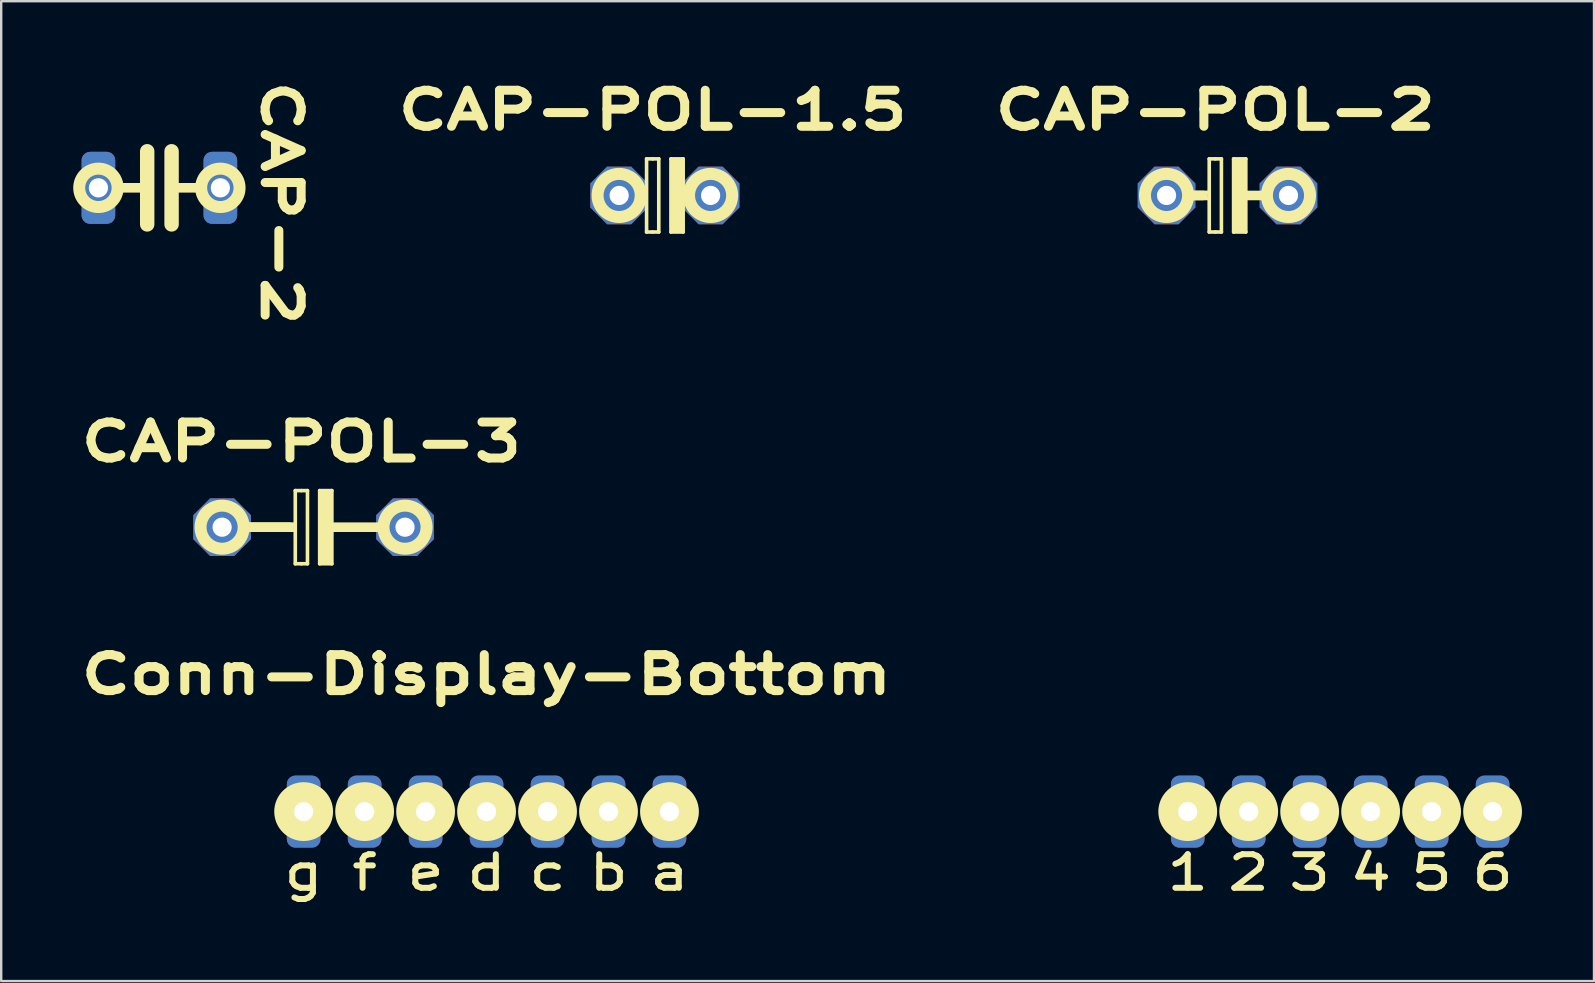
<source format=kicad_pcb>
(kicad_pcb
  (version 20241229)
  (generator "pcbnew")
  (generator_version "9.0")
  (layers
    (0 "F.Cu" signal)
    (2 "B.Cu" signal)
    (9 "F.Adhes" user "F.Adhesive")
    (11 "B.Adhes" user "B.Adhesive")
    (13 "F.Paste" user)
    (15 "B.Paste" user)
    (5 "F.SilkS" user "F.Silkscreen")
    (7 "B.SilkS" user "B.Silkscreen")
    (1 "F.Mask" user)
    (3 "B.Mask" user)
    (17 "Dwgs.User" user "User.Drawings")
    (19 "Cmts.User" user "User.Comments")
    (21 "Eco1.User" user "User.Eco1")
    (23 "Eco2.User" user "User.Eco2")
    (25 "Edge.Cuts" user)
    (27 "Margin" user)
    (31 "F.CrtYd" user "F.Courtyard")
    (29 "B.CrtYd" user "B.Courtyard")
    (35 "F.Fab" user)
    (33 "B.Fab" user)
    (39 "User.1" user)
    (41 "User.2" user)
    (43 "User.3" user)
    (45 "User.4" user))
  (footprint "Conn-Display-Bottom"
    (layer "F.Cu")
    (at 17.22 34.571)
    (property "Reference" "Conn-Display-Bottom" (at 0 -9.525 0) (layer "F.SilkS") (effects (font (size 1.5 2) (thickness 0.375))))
    (attr through_hole)
    (fp_circle (center -7.62 -3.81) (end -6.82 -3.81) (stroke (width 0.85) (type solid)) (fill no) (layer "F.SilkS"))
    (fp_circle (center -5.08 -3.81) (end -4.28 -3.81) (stroke (width 0.85) (type solid)) (fill no) (layer "F.SilkS"))
    (fp_circle (center -2.54 -3.81) (end -1.74 -3.81) (stroke (width 0.85) (type solid)) (fill no) (layer "F.SilkS"))
    (fp_circle (center 0 -3.81) (end 0.8 -3.81) (stroke (width 0.85) (type solid)) (fill no) (layer "F.SilkS"))
    (fp_circle (center 2.54 -3.81) (end 3.34 -3.81) (stroke (width 0.85) (type solid)) (fill no) (layer "F.SilkS"))
    (fp_circle (center 5.08 -3.81) (end 5.88 -3.81) (stroke (width 0.85) (type solid)) (fill no) (layer "F.SilkS"))
    (fp_circle (center 7.62 -3.81) (end 8.42 -3.81) (stroke (width 0.85) (type solid)) (fill no) (layer "F.SilkS"))
    (fp_circle (center 29.21 -3.81) (end 30.01 -3.81) (stroke (width 0.85) (type solid)) (fill no) (layer "F.SilkS"))
    (fp_circle (center 31.75 -3.81) (end 32.55 -3.81) (stroke (width 0.85) (type solid)) (fill no) (layer "F.SilkS"))
    (fp_circle (center 34.29 -3.81) (end 35.09 -3.81) (stroke (width 0.85) (type solid)) (fill no) (layer "F.SilkS"))
    (fp_circle (center 36.83 -3.81) (end 37.63 -3.81) (stroke (width 0.85) (type solid)) (fill no) (layer "F.SilkS"))
    (fp_circle (center 39.37 -3.81) (end 40.17 -3.81) (stroke (width 0.85) (type solid)) (fill no) (layer "F.SilkS"))
    (fp_circle (center 41.91 -3.81) (end 42.71 -3.81) (stroke (width 0.85) (type solid)) (fill no) (layer "F.SilkS"))
    (fp_text user "d" (at 0 -1.27 0) (layer "F.SilkS") (effects (font (size 1.4 1.8) (thickness 0.25))))
    (fp_text user "6" (at 41.91 -1.27 0) (layer "F.SilkS") (effects (font (size 1.4 1.8) (thickness 0.25))))
    (fp_text user "f" (at -5.08 -1.27 0) (layer "F.SilkS") (effects (font (size 1.4 1.8) (thickness 0.25))))
    (fp_text user "1" (at 29.21 -1.27 0) (layer "F.SilkS") (effects (font (size 1.4 1.8) (thickness 0.25))))
    (fp_text user "3" (at 34.29 -1.27 0) (layer "F.SilkS") (effects (font (size 1.4 1.8) (thickness 0.25))))
    (fp_text user "5" (at 39.37 -1.27 0) (layer "F.SilkS") (effects (font (size 1.4 1.8) (thickness 0.25))))
    (fp_text user "c" (at 2.54 -1.27 0) (layer "F.SilkS") (effects (font (size 1.4 1.8) (thickness 0.25))))
    (fp_text user "e" (at -2.54 -1.27 0) (layer "F.SilkS") (effects (font (size 1.4 1.8) (thickness 0.25))))
    (fp_text user "4" (at 36.83 -1.27 0) (layer "F.SilkS") (effects (font (size 1.4 1.8) (thickness 0.25))))
    (fp_text user "b" (at 5.08 -1.27 0) (layer "F.SilkS") (effects (font (size 1.4 1.8) (thickness 0.25))))
    (fp_text user "2" (at 31.75 -1.27 0) (layer "F.SilkS") (effects (font (size 1.4 1.8) (thickness 0.25))))
    (fp_text user "a" (at 7.62 -1.27 0) (layer "F.SilkS") (effects (font (size 1.4 1.8) (thickness 0.25))))
    (fp_text user "g" (at -7.62 -1.27 0) (layer "F.SilkS") (effects (font (size 1.4 1.8) (thickness 0.25))))
    (pad "1" thru_hole roundrect (at 29.21 -3.81) (size 1.4 3) (drill 0.8) (layers "*.Cu" "*.Mask") (roundrect_rratio 0.25))
    (pad "2" thru_hole roundrect (at 31.75 -3.81) (size 1.4 3) (drill 0.8) (layers "*.Cu" "*.Mask") (roundrect_rratio 0.25))
    (pad "3" thru_hole roundrect (at 34.29 -3.81) (size 1.4 3) (drill 0.8) (layers "*.Cu" "*.Mask") (roundrect_rratio 0.25))
    (pad "4" thru_hole roundrect (at 36.83 -3.81) (size 1.4 3) (drill 0.8) (layers "*.Cu" "*.Mask") (roundrect_rratio 0.25))
    (pad "5" thru_hole roundrect (at 39.37 -3.81) (size 1.4 3) (drill 0.8) (layers "*.Cu" "*.Mask") (roundrect_rratio 0.25))
    (pad "6" thru_hole roundrect (at 41.91 -3.81) (size 1.4 3) (drill 0.8) (layers "*.Cu" "*.Mask") (roundrect_rratio 0.25))
    (pad "a" thru_hole roundrect (at 7.62 -3.81) (size 1.4 3) (drill 0.8) (layers "*.Cu" "*.Mask") (roundrect_rratio 0.25))
    (pad "b" thru_hole roundrect (at 5.08 -3.81) (size 1.4 3) (drill 0.8) (layers "*.Cu" "*.Mask") (roundrect_rratio 0.25))
    (pad "c" thru_hole roundrect (at 2.54 -3.81) (size 1.4 3) (drill 0.8) (layers "*.Cu" "*.Mask") (roundrect_rratio 0.25))
    (pad "d" thru_hole roundrect (at 0 -3.81) (size 1.4 3) (drill 0.8) (layers "*.Cu" "*.Mask") (roundrect_rratio 0.25))
    (pad "e" thru_hole roundrect (at -2.54 -3.81) (size 1.4 3) (drill 0.8) (layers "*.Cu" "*.Mask") (roundrect_rratio 0.25))
    (pad "f" thru_hole roundrect (at -5.08 -3.81) (size 1.4 3) (drill 0.8) (layers "*.Cu" "*.Mask") (roundrect_rratio 0.25))
    (pad "g" thru_hole roundrect (at -7.62 -3.81) (size 1.4 3) (drill 0.8) (layers "*.Cu" "*.Mask") (roundrect_rratio 0.25)))
  (footprint "CAP-2"
    (layer "F.Cu")
    (at 3.59 4.775)
    (property "Reference" "CAP-2" (at 5.08 0.635 270) (unlocked yes) (layer "F.SilkS") (effects (font (size 1.5 2) (thickness 0.375))))
    (attr through_hole)
    (fp_line (start -0.508 -1.524) (end -0.508 1.524) (stroke (width 0.6) (type solid)) (layer "F.SilkS"))
    (fp_line (start -0.508 0) (end -1.74 0) (stroke (width 0.4) (type solid)) (layer "F.SilkS"))
    (fp_line (start 0.508 -1.524) (end 0.508 1.524) (stroke (width 0.6) (type solid)) (layer "F.SilkS"))
    (fp_line (start 0.508 0) (end 1.74 0) (stroke (width 0.4) (type solid)) (layer "F.SilkS"))
    (fp_circle (center -2.54 0) (end -1.74 0) (stroke (width 0.5) (type solid)) (fill no) (layer "F.SilkS"))
    (fp_circle (center 2.54 0) (end 3.34 0) (stroke (width 0.5) (type solid)) (fill no) (layer "F.SilkS"))
    (pad "1" thru_hole roundrect (at -2.54 0) (size 1.4 3) (drill 0.8) (layers "*.Cu" "*.Mask") (roundrect_rratio 0.25))
    (pad "2" thru_hole roundrect (at 2.54 0) (size 1.4 3) (drill 0.8) (layers "*.Cu" "*.Mask") (roundrect_rratio 0.25)))
  (footprint "CAP-POL-3"
    (layer "F.Cu")
    (at 10.013 18.912)
    (property "Reference" "CAP-POL-3" (at -0.508 -3.556 0) (layer "F.SilkS") (effects (font (size 1.5 2) (thickness 0.375))))
    (attr through_hole)
    (fp_line (start -3.048 0.127) (end -0.762 0.127) (stroke (width 0.15) (type solid)) (layer "F.SilkS"))
    (fp_line (start -2.912 0) (end -1.016 0) (stroke (width 0.4) (type solid)) (layer "F.SilkS"))
    (fp_line (start -0.762 -1.524) (end -0.762 1.524) (stroke (width 0.15) (type solid)) (layer "F.SilkS"))
    (fp_line (start -0.762 -0.127) (end -3.048 -0.127) (stroke (width 0.15) (type solid)) (layer "F.SilkS"))
    (fp_line (start -0.762 1.524) (end -0.508 1.524) (stroke (width 0.15) (type solid)) (layer "F.SilkS"))
    (fp_line (start -0.508 -1.524) (end -0.762 -1.524) (stroke (width 0.15) (type solid)) (layer "F.SilkS"))
    (fp_line (start -0.508 1.524) (end -0.254 1.524) (stroke (width 0.15) (type solid)) (layer "F.SilkS"))
    (fp_line (start -0.254 -1.524) (end -0.508 -1.524) (stroke (width 0.15) (type solid)) (layer "F.SilkS"))
    (fp_line (start -0.254 1.524) (end -0.254 -1.524) (stroke (width 0.15) (type solid)) (layer "F.SilkS"))
    (fp_line (start 0.254 -1.524) (end 0.254 1.524) (stroke (width 0.15) (type solid)) (layer "F.SilkS"))
    (fp_line (start 0.254 1.524) (end 0.762 1.524) (stroke (width 0.15) (type solid)) (layer "F.SilkS"))
    (fp_line (start 0.508 -1.27) (end 0.508 1.27) (stroke (width 0.6) (type solid)) (layer "F.SilkS"))
    (fp_line (start 0.762 -1.524) (end 0.254 -1.524) (stroke (width 0.15) (type solid)) (layer "F.SilkS"))
    (fp_line (start 0.762 0) (end 2.912 0) (stroke (width 0.4) (type solid)) (layer "F.SilkS"))
    (fp_line (start 0.762 1.524) (end 0.762 -1.524) (stroke (width 0.15) (type solid)) (layer "F.SilkS"))
    (fp_circle (center -3.81 0) (end -2.912 0) (stroke (width 0.5) (type solid)) (fill no) (layer "F.SilkS"))
    (fp_circle (center 3.81 0) (end 4.708 0) (stroke (width 0.5) (type solid)) (fill no) (layer "F.SilkS"))
    (pad "1" thru_hole custom (at -3.81 0) (size 1.524 1.524) (drill 0.8) (layers "*.Cu" "*.Mask") (options (anchor rect)) (primitives (gr_poly (pts (xy -1.2 0.5) (xy -1.2 -0.5) (xy -0.5 -1.2) (xy 0.5 -1.2) (xy 1.2 -0.5) (xy 1.2 0.5) (xy 0.5 1.2) (xy -0.5 1.2)) (width 0) (fill yes))))
    (pad "2" thru_hole custom (at 3.81 0) (size 1.524 1.524) (drill 0.8) (layers "*.Cu" "*.Mask") (options (anchor rect)) (primitives (gr_poly (pts (xy -1.2 0.5) (xy -1.2 -0.5) (xy -0.5 -1.2) (xy 0.5 -1.2) (xy 1.2 -0.5) (xy 1.2 0.5) (xy 0.5 1.2) (xy -0.5 1.2)) (width 0) (fill yes)))))
  (footprint "CAP-POL-2"
    (layer "F.Cu")
    (at 48.087 5.092)
    (property "Reference" "CAP-POL-2" (at -0.508 -3.556 0) (layer "F.SilkS") (effects (font (size 1.5 2) (thickness 0.375))))
    (attr through_hole)
    (fp_line (start -1.642 0) (end -1.016 0) (stroke (width 0.4) (type solid)) (layer "F.SilkS"))
    (fp_line (start -1.524 -0.127) (end -1.524 0.127) (stroke (width 0.15) (type solid)) (layer "F.SilkS"))
    (fp_line (start -1.524 0.127) (end -0.762 0.127) (stroke (width 0.15) (type solid)) (layer "F.SilkS"))
    (fp_line (start -0.762 -1.524) (end -0.762 1.524) (stroke (width 0.15) (type solid)) (layer "F.SilkS"))
    (fp_line (start -0.762 -0.127) (end -1.524 -0.127) (stroke (width 0.15) (type solid)) (layer "F.SilkS"))
    (fp_line (start -0.762 1.524) (end -0.508 1.524) (stroke (width 0.15) (type solid)) (layer "F.SilkS"))
    (fp_line (start -0.508 -1.524) (end -0.762 -1.524) (stroke (width 0.15) (type solid)) (layer "F.SilkS"))
    (fp_line (start -0.508 1.524) (end -0.254 1.524) (stroke (width 0.15) (type solid)) (layer "F.SilkS"))
    (fp_line (start -0.254 -1.524) (end -0.508 -1.524) (stroke (width 0.15) (type solid)) (layer "F.SilkS"))
    (fp_line (start -0.254 1.524) (end -0.254 -1.524) (stroke (width 0.15) (type solid)) (layer "F.SilkS"))
    (fp_line (start 0.254 -1.524) (end 0.254 1.524) (stroke (width 0.15) (type solid)) (layer "F.SilkS"))
    (fp_line (start 0.254 1.524) (end 0.762 1.524) (stroke (width 0.15) (type solid)) (layer "F.SilkS"))
    (fp_line (start 0.508 -1.27) (end 0.508 1.27) (stroke (width 0.6) (type solid)) (layer "F.SilkS"))
    (fp_line (start 0.762 -1.524) (end 0.254 -1.524) (stroke (width 0.15) (type solid)) (layer "F.SilkS"))
    (fp_line (start 0.762 0) (end 1.642 0) (stroke (width 0.4) (type solid)) (layer "F.SilkS"))
    (fp_line (start 0.762 1.524) (end 0.762 -1.524) (stroke (width 0.15) (type solid)) (layer "F.SilkS"))
    (fp_circle (center -2.54 0) (end -1.642 0) (stroke (width 0.5) (type solid)) (fill no) (layer "F.SilkS"))
    (fp_circle (center 2.54 0) (end 3.438 0) (stroke (width 0.5) (type solid)) (fill no) (layer "F.SilkS"))
    (pad "1" thru_hole custom (at -2.54 0) (size 1.524 1.524) (drill 0.8) (layers "*.Cu" "*.Mask") (options (anchor rect)) (primitives (gr_poly (pts (xy -1.2 0.5) (xy -1.2 -0.5) (xy -0.5 -1.2) (xy 0.5 -1.2) (xy 1.2 -0.5) (xy 1.2 0.5) (xy 0.5 1.2) (xy -0.5 1.2)) (width 0) (fill yes))))
    (pad "2" thru_hole custom (at 2.54 0) (size 1.524 1.524) (drill 0.8) (layers "*.Cu" "*.Mask") (options (anchor rect)) (primitives (gr_poly (pts (xy -1.2 0.5) (xy -1.2 -0.5) (xy -0.5 -1.2) (xy 0.5 -1.2) (xy 1.2 -0.5) (xy 1.2 0.5) (xy 0.5 1.2) (xy -0.5 1.2)) (width 0) (fill yes)))))
  (footprint "CAP-POL-1.5"
    (layer "F.Cu")
    (at 24.648 5.092)
    (property "Reference" "CAP-POL-1.5" (at -0.508 -3.556 0) (layer "F.SilkS") (effects (font (size 1.5 2) (thickness 0.375))))
    (attr through_hole)
    (fp_line (start -0.762 -1.524) (end -0.762 1.524) (stroke (width 0.15) (type solid)) (layer "F.SilkS"))
    (fp_line (start -0.762 1.524) (end -0.508 1.524) (stroke (width 0.15) (type solid)) (layer "F.SilkS"))
    (fp_line (start -0.508 -1.524) (end -0.762 -1.524) (stroke (width 0.15) (type solid)) (layer "F.SilkS"))
    (fp_line (start -0.508 1.524) (end -0.254 1.524) (stroke (width 0.15) (type solid)) (layer "F.SilkS"))
    (fp_line (start -0.254 -1.524) (end -0.508 -1.524) (stroke (width 0.15) (type solid)) (layer "F.SilkS"))
    (fp_line (start -0.254 1.524) (end -0.254 -1.524) (stroke (width 0.15) (type solid)) (layer "F.SilkS"))
    (fp_line (start 0.254 -1.524) (end 0.254 1.524) (stroke (width 0.15) (type solid)) (layer "F.SilkS"))
    (fp_line (start 0.254 1.524) (end 0.762 1.524) (stroke (width 0.15) (type solid)) (layer "F.SilkS"))
    (fp_line (start 0.508 -1.27) (end 0.508 1.27) (stroke (width 0.6) (type solid)) (layer "F.SilkS"))
    (fp_line (start 0.762 -1.524) (end 0.254 -1.524) (stroke (width 0.15) (type solid)) (layer "F.SilkS"))
    (fp_line (start 0.762 1.524) (end 0.762 -1.524) (stroke (width 0.15) (type solid)) (layer "F.SilkS"))
    (fp_circle (center -1.905 0) (end -1.007 0) (stroke (width 0.5) (type solid)) (fill no) (layer "F.SilkS"))
    (fp_circle (center 1.905 0) (end 2.803 0) (stroke (width 0.5) (type solid)) (fill no) (layer "F.SilkS"))
    (pad "1" thru_hole custom (at -1.905 0) (size 1.524 1.524) (drill 0.8) (layers "*.Cu" "*.Mask") (options (anchor rect)) (primitives (gr_poly (pts (xy -1.2 0.5) (xy -1.2 -0.5) (xy -0.5 -1.2) (xy 0.5 -1.2) (xy 1.2 -0.5) (xy 1.2 0.5) (xy 0.5 1.2) (xy -0.5 1.2)) (width 0) (fill yes))))
    (pad "2" thru_hole custom (at 1.905 0) (size 1.524 1.524) (drill 0.8) (layers "*.Cu" "*.Mask") (options (anchor rect)) (primitives (gr_poly (pts (xy -1.2 0.5) (xy -1.2 -0.5) (xy -0.5 -1.2) (xy 0.5 -1.2) (xy 1.2 -0.5) (xy 1.2 0.5) (xy 0.5 1.2) (xy -0.5 1.2)) (width 0) (fill yes)))))
  (gr_rect
    (start -3 -3)
    (end 63.355 37.821)
    (stroke (width 0.1) (type default))
    (fill no)
    (layer "Edge.Cuts")))
</source>
